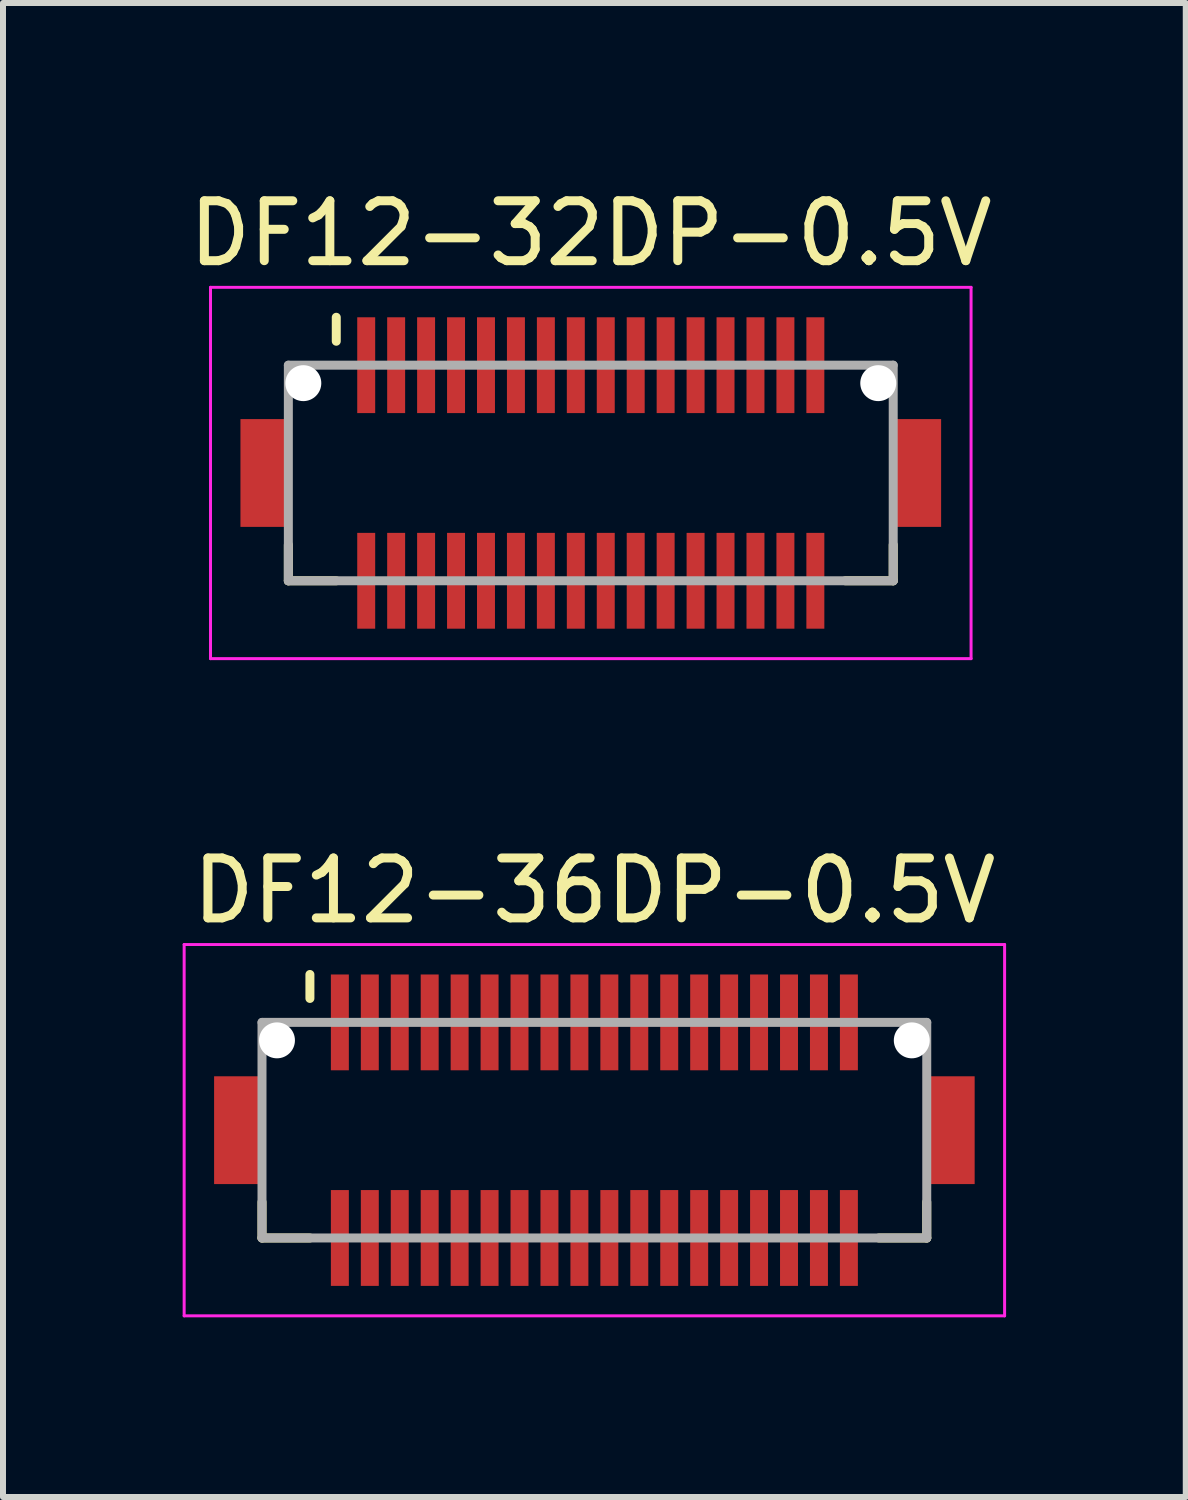
<source format=kicad_pcb>
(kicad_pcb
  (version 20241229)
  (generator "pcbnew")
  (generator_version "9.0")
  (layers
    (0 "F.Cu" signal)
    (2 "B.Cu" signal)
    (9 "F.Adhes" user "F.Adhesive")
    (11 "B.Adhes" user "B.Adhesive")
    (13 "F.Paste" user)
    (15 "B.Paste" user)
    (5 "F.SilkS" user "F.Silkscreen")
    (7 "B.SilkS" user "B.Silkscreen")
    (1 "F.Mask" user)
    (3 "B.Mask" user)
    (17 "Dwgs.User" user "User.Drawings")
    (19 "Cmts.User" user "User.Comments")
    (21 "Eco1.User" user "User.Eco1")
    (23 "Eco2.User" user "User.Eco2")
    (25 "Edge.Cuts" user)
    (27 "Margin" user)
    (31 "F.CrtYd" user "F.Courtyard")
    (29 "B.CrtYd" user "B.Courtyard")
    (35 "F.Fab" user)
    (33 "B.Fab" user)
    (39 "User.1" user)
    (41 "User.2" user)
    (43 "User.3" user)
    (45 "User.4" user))
  (footprint "DF12-32DP-0.5V"
    (layer "F.Cu")
    (at 6.815 4.848)
    (property "Reference" "DF12-32DP-0.5V" (at 0 -4 0) (layer "F.SilkS") (effects (font (size 1 1) (thickness 0.15))))
    (attr smd)
    (fp_line (start -5.05 1.2) (end -5.05 1.8) (stroke (width 0.15) (type solid)) (layer "F.SilkS"))
    (fp_line (start -5.05 1.8) (end -4.25 1.8) (stroke (width 0.15) (type solid)) (layer "F.SilkS"))
    (fp_line (start -4.25 -2.6) (end -4.25 -2.2) (stroke (width 0.15) (type solid)) (layer "F.SilkS"))
    (fp_line (start 4.25 1.8) (end 5.05 1.8) (stroke (width 0.15) (type solid)) (layer "F.SilkS"))
    (fp_line (start 5.05 1.2) (end 5.05 1.8) (stroke (width 0.15) (type solid)) (layer "F.SilkS"))
    (fp_line (start -6.35 -3.1) (end -6.35 3.1) (stroke (width 0.05) (type solid)) (layer "F.CrtYd"))
    (fp_line (start -6.35 -3.1) (end 6.35 -3.1) (stroke (width 0.05) (type solid)) (layer "F.CrtYd"))
    (fp_line (start -6.35 3.1) (end 6.35 3.1) (stroke (width 0.05) (type solid)) (layer "F.CrtYd"))
    (fp_line (start 6.35 -3.1) (end 6.35 3.1) (stroke (width 0.05) (type solid)) (layer "F.CrtYd"))
    (fp_line (start -5.05 -1.8) (end -5.05 1.8) (stroke (width 0.15) (type solid)) (layer "F.Fab"))
    (fp_line (start -5.05 -1.8) (end 5.05 -1.8) (stroke (width 0.15) (type solid)) (layer "F.Fab"))
    (fp_line (start -5.05 1.8) (end 5.05 1.8) (stroke (width 0.15) (type solid)) (layer "F.Fab"))
    (fp_line (start 5.05 -1.8) (end 5.05 1.8) (stroke (width 0.15) (type solid)) (layer "F.Fab"))
    (pad "" np_thru_hole circle (at -4.8 -1.5) (size 0.6 0.6) (drill 0.6) (layers "*.Cu" "*.Mask"))
    (pad "" np_thru_hole circle (at 4.8 -1.5) (size 0.6 0.6) (drill 0.6) (layers "*.Cu" "*.Mask"))
    (pad "1" smd rect (at -3.75 -1.8) (size 0.3 1.6) (layers "F.Cu" "F.Mask" "F.Paste"))
    (pad "2" smd rect (at -3.75 1.8) (size 0.3 1.6) (layers "F.Cu" "F.Mask" "F.Paste"))
    (pad "3" smd rect (at -3.25 -1.8) (size 0.3 1.6) (layers "F.Cu" "F.Mask" "F.Paste"))
    (pad "4" smd rect (at -3.25 1.8) (size 0.3 1.6) (layers "F.Cu" "F.Mask" "F.Paste"))
    (pad "5" smd rect (at -2.75 -1.8) (size 0.3 1.6) (layers "F.Cu" "F.Mask" "F.Paste"))
    (pad "6" smd rect (at -2.75 1.8) (size 0.3 1.6) (layers "F.Cu" "F.Mask" "F.Paste"))
    (pad "7" smd rect (at -2.25 -1.8) (size 0.3 1.6) (layers "F.Cu" "F.Mask" "F.Paste"))
    (pad "8" smd rect (at -2.25 1.8) (size 0.3 1.6) (layers "F.Cu" "F.Mask" "F.Paste"))
    (pad "9" smd rect (at -1.75 -1.8) (size 0.3 1.6) (layers "F.Cu" "F.Mask" "F.Paste"))
    (pad "10" smd rect (at -1.75 1.8) (size 0.3 1.6) (layers "F.Cu" "F.Mask" "F.Paste"))
    (pad "11" smd rect (at -1.25 -1.8) (size 0.3 1.6) (layers "F.Cu" "F.Mask" "F.Paste"))
    (pad "12" smd rect (at -1.25 1.8) (size 0.3 1.6) (layers "F.Cu" "F.Mask" "F.Paste"))
    (pad "13" smd rect (at -0.75 -1.8) (size 0.3 1.6) (layers "F.Cu" "F.Mask" "F.Paste"))
    (pad "14" smd rect (at -0.75 1.8) (size 0.3 1.6) (layers "F.Cu" "F.Mask" "F.Paste"))
    (pad "15" smd rect (at -0.25 -1.8) (size 0.3 1.6) (layers "F.Cu" "F.Mask" "F.Paste"))
    (pad "16" smd rect (at -0.25 1.8) (size 0.3 1.6) (layers "F.Cu" "F.Mask" "F.Paste"))
    (pad "17" smd rect (at 0.25 -1.8) (size 0.3 1.6) (layers "F.Cu" "F.Mask" "F.Paste"))
    (pad "18" smd rect (at 0.25 1.8) (size 0.3 1.6) (layers "F.Cu" "F.Mask" "F.Paste"))
    (pad "19" smd rect (at 0.75 -1.8) (size 0.3 1.6) (layers "F.Cu" "F.Mask" "F.Paste"))
    (pad "20" smd rect (at 0.75 1.8) (size 0.3 1.6) (layers "F.Cu" "F.Mask" "F.Paste"))
    (pad "21" smd rect (at 1.25 -1.8) (size 0.3 1.6) (layers "F.Cu" "F.Mask" "F.Paste"))
    (pad "22" smd rect (at 1.25 1.8) (size 0.3 1.6) (layers "F.Cu" "F.Mask" "F.Paste"))
    (pad "23" smd rect (at 1.75 -1.8) (size 0.3 1.6) (layers "F.Cu" "F.Mask" "F.Paste"))
    (pad "24" smd rect (at 1.75 1.8) (size 0.3 1.6) (layers "F.Cu" "F.Mask" "F.Paste"))
    (pad "25" smd rect (at 2.25 -1.8) (size 0.3 1.6) (layers "F.Cu" "F.Mask" "F.Paste"))
    (pad "26" smd rect (at 2.25 1.8) (size 0.3 1.6) (layers "F.Cu" "F.Mask" "F.Paste"))
    (pad "27" smd rect (at 2.75 -1.8) (size 0.3 1.6) (layers "F.Cu" "F.Mask" "F.Paste"))
    (pad "28" smd rect (at 2.75 1.8) (size 0.3 1.6) (layers "F.Cu" "F.Mask" "F.Paste"))
    (pad "29" smd rect (at 3.25 -1.8) (size 0.3 1.6) (layers "F.Cu" "F.Mask" "F.Paste"))
    (pad "30" smd rect (at 3.25 1.8) (size 0.3 1.6) (layers "F.Cu" "F.Mask" "F.Paste"))
    (pad "31" smd rect (at 3.75 -1.8) (size 0.3 1.6) (layers "F.Cu" "F.Mask" "F.Paste"))
    (pad "32" smd rect (at 3.75 1.8) (size 0.3 1.6) (layers "F.Cu" "F.Mask" "F.Paste"))
    (pad "S" smd rect (at -5.45 0) (size 0.8 1.8) (layers "F.Cu" "F.Mask" "F.Paste"))
    (pad "S" smd rect (at 5.45 0) (size 0.8 1.8) (layers "F.Cu" "F.Mask" "F.Paste")))
  (footprint "DF12-36DP-0.5V"
    (layer "F.Cu")
    (at 6.875 15.822)
    (property "Reference" "DF12-36DP-0.5V" (at 0 -4 0) (layer "F.SilkS") (effects (font (size 1 1) (thickness 0.15))))
    (attr smd)
    (fp_line (start -5.55 1.2) (end -5.55 1.8) (stroke (width 0.15) (type solid)) (layer "F.SilkS"))
    (fp_line (start -5.55 1.8) (end -4.75 1.8) (stroke (width 0.15) (type solid)) (layer "F.SilkS"))
    (fp_line (start -4.75 -2.6) (end -4.75 -2.2) (stroke (width 0.15) (type solid)) (layer "F.SilkS"))
    (fp_line (start 4.75 1.8) (end 5.55 1.8) (stroke (width 0.15) (type solid)) (layer "F.SilkS"))
    (fp_line (start 5.55 1.2) (end 5.55 1.8) (stroke (width 0.15) (type solid)) (layer "F.SilkS"))
    (fp_line (start -6.85 -3.1) (end -6.85 3.1) (stroke (width 0.05) (type solid)) (layer "F.CrtYd"))
    (fp_line (start -6.85 -3.1) (end 6.85 -3.1) (stroke (width 0.05) (type solid)) (layer "F.CrtYd"))
    (fp_line (start -6.85 3.1) (end 6.85 3.1) (stroke (width 0.05) (type solid)) (layer "F.CrtYd"))
    (fp_line (start 6.85 -3.1) (end 6.85 3.1) (stroke (width 0.05) (type solid)) (layer "F.CrtYd"))
    (fp_line (start -5.55 -1.8) (end -5.55 1.8) (stroke (width 0.15) (type solid)) (layer "F.Fab"))
    (fp_line (start -5.55 -1.8) (end 5.55 -1.8) (stroke (width 0.15) (type solid)) (layer "F.Fab"))
    (fp_line (start -5.55 1.8) (end 5.55 1.8) (stroke (width 0.15) (type solid)) (layer "F.Fab"))
    (fp_line (start 5.55 -1.8) (end 5.55 1.8) (stroke (width 0.15) (type solid)) (layer "F.Fab"))
    (pad "" np_thru_hole circle (at -5.3 -1.5) (size 0.6 0.6) (drill 0.6) (layers "*.Cu" "*.Mask"))
    (pad "" np_thru_hole circle (at 5.3 -1.5) (size 0.6 0.6) (drill 0.6) (layers "*.Cu" "*.Mask"))
    (pad "1" smd rect (at -4.25 -1.8) (size 0.3 1.6) (layers "F.Cu" "F.Mask" "F.Paste"))
    (pad "2" smd rect (at -4.25 1.8) (size 0.3 1.6) (layers "F.Cu" "F.Mask" "F.Paste"))
    (pad "3" smd rect (at -3.75 -1.8) (size 0.3 1.6) (layers "F.Cu" "F.Mask" "F.Paste"))
    (pad "4" smd rect (at -3.75 1.8) (size 0.3 1.6) (layers "F.Cu" "F.Mask" "F.Paste"))
    (pad "5" smd rect (at -3.25 -1.8) (size 0.3 1.6) (layers "F.Cu" "F.Mask" "F.Paste"))
    (pad "6" smd rect (at -3.25 1.8) (size 0.3 1.6) (layers "F.Cu" "F.Mask" "F.Paste"))
    (pad "7" smd rect (at -2.75 -1.8) (size 0.3 1.6) (layers "F.Cu" "F.Mask" "F.Paste"))
    (pad "8" smd rect (at -2.75 1.8) (size 0.3 1.6) (layers "F.Cu" "F.Mask" "F.Paste"))
    (pad "9" smd rect (at -2.25 -1.8) (size 0.3 1.6) (layers "F.Cu" "F.Mask" "F.Paste"))
    (pad "10" smd rect (at -2.25 1.8) (size 0.3 1.6) (layers "F.Cu" "F.Mask" "F.Paste"))
    (pad "11" smd rect (at -1.75 -1.8) (size 0.3 1.6) (layers "F.Cu" "F.Mask" "F.Paste"))
    (pad "12" smd rect (at -1.75 1.8) (size 0.3 1.6) (layers "F.Cu" "F.Mask" "F.Paste"))
    (pad "13" smd rect (at -1.25 -1.8) (size 0.3 1.6) (layers "F.Cu" "F.Mask" "F.Paste"))
    (pad "14" smd rect (at -1.25 1.8) (size 0.3 1.6) (layers "F.Cu" "F.Mask" "F.Paste"))
    (pad "15" smd rect (at -0.75 -1.8) (size 0.3 1.6) (layers "F.Cu" "F.Mask" "F.Paste"))
    (pad "16" smd rect (at -0.75 1.8) (size 0.3 1.6) (layers "F.Cu" "F.Mask" "F.Paste"))
    (pad "17" smd rect (at -0.25 -1.8) (size 0.3 1.6) (layers "F.Cu" "F.Mask" "F.Paste"))
    (pad "18" smd rect (at -0.25 1.8) (size 0.3 1.6) (layers "F.Cu" "F.Mask" "F.Paste"))
    (pad "19" smd rect (at 0.25 -1.8) (size 0.3 1.6) (layers "F.Cu" "F.Mask" "F.Paste"))
    (pad "20" smd rect (at 0.25 1.8) (size 0.3 1.6) (layers "F.Cu" "F.Mask" "F.Paste"))
    (pad "21" smd rect (at 0.75 -1.8) (size 0.3 1.6) (layers "F.Cu" "F.Mask" "F.Paste"))
    (pad "22" smd rect (at 0.75 1.8) (size 0.3 1.6) (layers "F.Cu" "F.Mask" "F.Paste"))
    (pad "23" smd rect (at 1.25 -1.8) (size 0.3 1.6) (layers "F.Cu" "F.Mask" "F.Paste"))
    (pad "24" smd rect (at 1.25 1.8) (size 0.3 1.6) (layers "F.Cu" "F.Mask" "F.Paste"))
    (pad "25" smd rect (at 1.75 -1.8) (size 0.3 1.6) (layers "F.Cu" "F.Mask" "F.Paste"))
    (pad "26" smd rect (at 1.75 1.8) (size 0.3 1.6) (layers "F.Cu" "F.Mask" "F.Paste"))
    (pad "27" smd rect (at 2.25 -1.8) (size 0.3 1.6) (layers "F.Cu" "F.Mask" "F.Paste"))
    (pad "28" smd rect (at 2.25 1.8) (size 0.3 1.6) (layers "F.Cu" "F.Mask" "F.Paste"))
    (pad "29" smd rect (at 2.75 -1.8) (size 0.3 1.6) (layers "F.Cu" "F.Mask" "F.Paste"))
    (pad "30" smd rect (at 2.75 1.8) (size 0.3 1.6) (layers "F.Cu" "F.Mask" "F.Paste"))
    (pad "31" smd rect (at 3.25 -1.8) (size 0.3 1.6) (layers "F.Cu" "F.Mask" "F.Paste"))
    (pad "32" smd rect (at 3.25 1.8) (size 0.3 1.6) (layers "F.Cu" "F.Mask" "F.Paste"))
    (pad "33" smd rect (at 3.75 -1.8) (size 0.3 1.6) (layers "F.Cu" "F.Mask" "F.Paste"))
    (pad "34" smd rect (at 3.75 1.8) (size 0.3 1.6) (layers "F.Cu" "F.Mask" "F.Paste"))
    (pad "35" smd rect (at 4.25 -1.8) (size 0.3 1.6) (layers "F.Cu" "F.Mask" "F.Paste"))
    (pad "36" smd rect (at 4.25 1.8) (size 0.3 1.6) (layers "F.Cu" "F.Mask" "F.Paste"))
    (pad "S" smd rect (at -5.95 0) (size 0.8 1.8) (layers "F.Cu" "F.Mask" "F.Paste"))
    (pad "S" smd rect (at 5.95 0) (size 0.8 1.8) (layers "F.Cu" "F.Mask" "F.Paste")))
  (gr_rect
    (start -3 -3)
    (end 16.75 21.947)
    (stroke (width 0.1) (type default))
    (fill no)
    (layer "Edge.Cuts")))
</source>
